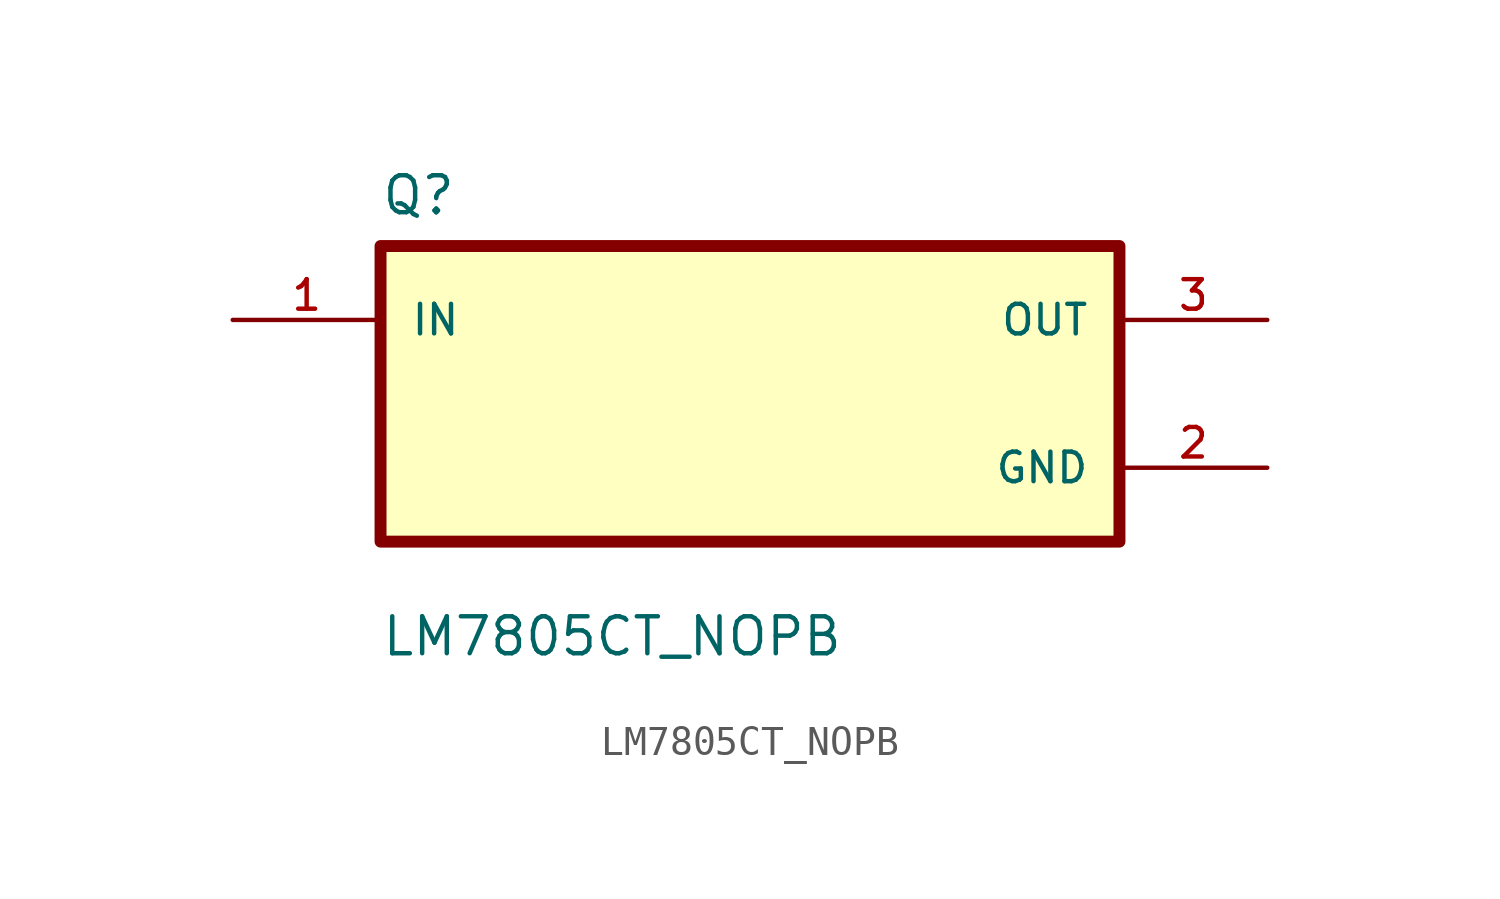
<source format=kicad_sym>
(kicad_symbol_lib
  (version 20231120)
  (generator "kicad_symbol_editor")
  (generator_version "8.0")
  (symbol "LM7805CT_NOPB"
    (pin_names
      (offset 1.016))
    (property "Reference" "Q"
      (at -12.7 6.08 0)
      (effects (font (size 1.27 1.27)) (justify left bottom)))
    (property "Value" "LM7805CT_NOPB"
      (at -12.7 -9.08 0)
      (effects (font (size 1.27 1.27)) (justify left bottom)))
    (symbol "LM7805CT_NOPB_0_0"
      (rectangle (start -12.7 -5.08) (end 12.7 5.08) (stroke (width 0.41) (type default)) (fill (type background)))
      (pin input line (at -17.78 2.54 0) (length 5.08) (name "IN" (effects (font (size 1.016 1.016)))) (number "1" (effects (font (size 1.016 1.016)))))
      (pin power_in line (at 17.78 -2.54 180) (length 5.08) (name "GND" (effects (font (size 1.016 1.016)))) (number "2" (effects (font (size 1.016 1.016)))))
      (pin output line (at 17.78 2.54 180) (length 5.08) (name "OUT" (effects (font (size 1.016 1.016)))) (number "3" (effects (font (size 1.016 1.016))))))))
</source>
